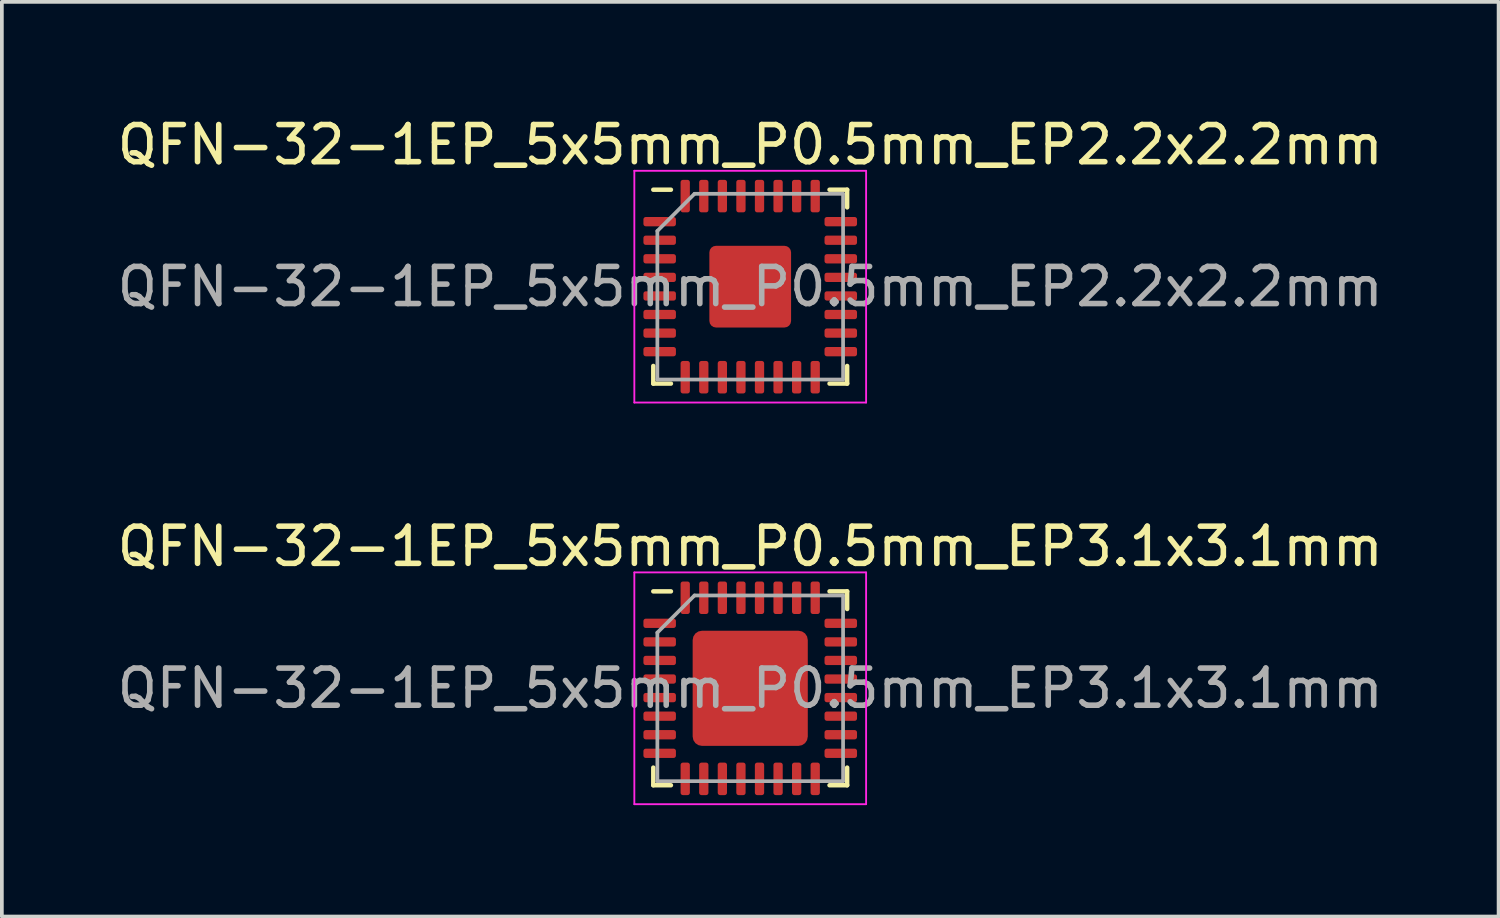
<source format=kicad_pcb>
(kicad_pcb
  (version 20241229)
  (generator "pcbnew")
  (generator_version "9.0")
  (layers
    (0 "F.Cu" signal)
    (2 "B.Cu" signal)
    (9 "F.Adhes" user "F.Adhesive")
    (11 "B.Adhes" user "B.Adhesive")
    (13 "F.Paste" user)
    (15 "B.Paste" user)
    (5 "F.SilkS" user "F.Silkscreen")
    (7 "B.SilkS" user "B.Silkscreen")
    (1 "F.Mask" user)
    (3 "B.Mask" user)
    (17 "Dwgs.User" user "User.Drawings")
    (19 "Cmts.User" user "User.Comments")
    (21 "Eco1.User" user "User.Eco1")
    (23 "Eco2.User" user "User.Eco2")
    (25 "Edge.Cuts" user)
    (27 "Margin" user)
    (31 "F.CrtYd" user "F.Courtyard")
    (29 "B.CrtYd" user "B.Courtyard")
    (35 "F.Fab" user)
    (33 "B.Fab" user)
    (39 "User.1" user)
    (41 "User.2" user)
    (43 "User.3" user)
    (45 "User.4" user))
  (footprint "QFN-32-1EP_5x5mm_P0.5mm_EP3.1x3.1mm"
    (layer "F.Cu")
    (at 17.149 15.482)
    (property "Reference" "QFN-32-1EP_5x5mm_P0.5mm_EP3.1x3.1mm" (at 0 -3.82 0) (layer "F.SilkS") (effects (font (size 1 1) (thickness 0.15))))
    (attr smd)
    (fp_line (start -2.61 2.61) (end -2.61 2.135) (stroke (width 0.12) (type solid)) (layer "F.SilkS"))
    (fp_line (start -2.135 -2.61) (end -2.61 -2.61) (stroke (width 0.12) (type solid)) (layer "F.SilkS"))
    (fp_line (start -2.135 2.61) (end -2.61 2.61) (stroke (width 0.12) (type solid)) (layer "F.SilkS"))
    (fp_line (start 2.135 -2.61) (end 2.61 -2.61) (stroke (width 0.12) (type solid)) (layer "F.SilkS"))
    (fp_line (start 2.135 2.61) (end 2.61 2.61) (stroke (width 0.12) (type solid)) (layer "F.SilkS"))
    (fp_line (start 2.61 -2.61) (end 2.61 -2.135) (stroke (width 0.12) (type solid)) (layer "F.SilkS"))
    (fp_line (start 2.61 2.61) (end 2.61 2.135) (stroke (width 0.12) (type solid)) (layer "F.SilkS"))
    (fp_line (start -3.12 -3.12) (end -3.12 3.12) (stroke (width 0.05) (type solid)) (layer "F.CrtYd"))
    (fp_line (start -3.12 3.12) (end 3.12 3.12) (stroke (width 0.05) (type solid)) (layer "F.CrtYd"))
    (fp_line (start 3.12 -3.12) (end -3.12 -3.12) (stroke (width 0.05) (type solid)) (layer "F.CrtYd"))
    (fp_line (start 3.12 3.12) (end 3.12 -3.12) (stroke (width 0.05) (type solid)) (layer "F.CrtYd"))
    (fp_line (start -2.5 -1.5) (end -1.5 -2.5) (stroke (width 0.1) (type solid)) (layer "F.Fab"))
    (fp_line (start -2.5 2.5) (end -2.5 -1.5) (stroke (width 0.1) (type solid)) (layer "F.Fab"))
    (fp_line (start -1.5 -2.5) (end 2.5 -2.5) (stroke (width 0.1) (type solid)) (layer "F.Fab"))
    (fp_line (start 2.5 -2.5) (end 2.5 2.5) (stroke (width 0.1) (type solid)) (layer "F.Fab"))
    (fp_line (start 2.5 2.5) (end -2.5 2.5) (stroke (width 0.1) (type solid)) (layer "F.Fab"))
    (fp_text user "${REFERENCE}" (at 0 0 0) (layer "F.Fab") (effects (font (size 1 1) (thickness 0.15))))
    (pad "" smd roundrect (at -1.03 -1.03) (size 0.83 0.83) (layers "F.Paste") (roundrect_rratio 0.25))
    (pad "" smd roundrect (at -1.03 0) (size 0.83 0.83) (layers "F.Paste") (roundrect_rratio 0.25))
    (pad "" smd roundrect (at -1.03 1.03) (size 0.83 0.83) (layers "F.Paste") (roundrect_rratio 0.25))
    (pad "" smd roundrect (at 0 -1.03) (size 0.83 0.83) (layers "F.Paste") (roundrect_rratio 0.25))
    (pad "" smd roundrect (at 0 0) (size 0.83 0.83) (layers "F.Paste") (roundrect_rratio 0.25))
    (pad "" smd roundrect (at 0 1.03) (size 0.83 0.83) (layers "F.Paste") (roundrect_rratio 0.25))
    (pad "" smd roundrect (at 1.03 -1.03) (size 0.83 0.83) (layers "F.Paste") (roundrect_rratio 0.25))
    (pad "" smd roundrect (at 1.03 0) (size 0.83 0.83) (layers "F.Paste") (roundrect_rratio 0.25))
    (pad "" smd roundrect (at 1.03 1.03) (size 0.83 0.83) (layers "F.Paste") (roundrect_rratio 0.25))
    (pad "1" smd roundrect (at -2.438 -1.75) (size 0.875 0.25) (layers "F.Cu" "F.Mask" "F.Paste") (roundrect_rratio 0.25))
    (pad "2" smd roundrect (at -2.438 -1.25) (size 0.875 0.25) (layers "F.Cu" "F.Mask" "F.Paste") (roundrect_rratio 0.25))
    (pad "3" smd roundrect (at -2.438 -0.75) (size 0.875 0.25) (layers "F.Cu" "F.Mask" "F.Paste") (roundrect_rratio 0.25))
    (pad "4" smd roundrect (at -2.438 -0.25) (size 0.875 0.25) (layers "F.Cu" "F.Mask" "F.Paste") (roundrect_rratio 0.25))
    (pad "5" smd roundrect (at -2.438 0.25) (size 0.875 0.25) (layers "F.Cu" "F.Mask" "F.Paste") (roundrect_rratio 0.25))
    (pad "6" smd roundrect (at -2.438 0.75) (size 0.875 0.25) (layers "F.Cu" "F.Mask" "F.Paste") (roundrect_rratio 0.25))
    (pad "7" smd roundrect (at -2.438 1.25) (size 0.875 0.25) (layers "F.Cu" "F.Mask" "F.Paste") (roundrect_rratio 0.25))
    (pad "8" smd roundrect (at -2.438 1.75) (size 0.875 0.25) (layers "F.Cu" "F.Mask" "F.Paste") (roundrect_rratio 0.25))
    (pad "9" smd roundrect (at -1.75 2.438) (size 0.25 0.875) (layers "F.Cu" "F.Mask" "F.Paste") (roundrect_rratio 0.25))
    (pad "10" smd roundrect (at -1.25 2.438) (size 0.25 0.875) (layers "F.Cu" "F.Mask" "F.Paste") (roundrect_rratio 0.25))
    (pad "11" smd roundrect (at -0.75 2.438) (size 0.25 0.875) (layers "F.Cu" "F.Mask" "F.Paste") (roundrect_rratio 0.25))
    (pad "12" smd roundrect (at -0.25 2.438) (size 0.25 0.875) (layers "F.Cu" "F.Mask" "F.Paste") (roundrect_rratio 0.25))
    (pad "13" smd roundrect (at 0.25 2.438) (size 0.25 0.875) (layers "F.Cu" "F.Mask" "F.Paste") (roundrect_rratio 0.25))
    (pad "14" smd roundrect (at 0.75 2.438) (size 0.25 0.875) (layers "F.Cu" "F.Mask" "F.Paste") (roundrect_rratio 0.25))
    (pad "15" smd roundrect (at 1.25 2.438) (size 0.25 0.875) (layers "F.Cu" "F.Mask" "F.Paste") (roundrect_rratio 0.25))
    (pad "16" smd roundrect (at 1.75 2.438) (size 0.25 0.875) (layers "F.Cu" "F.Mask" "F.Paste") (roundrect_rratio 0.25))
    (pad "17" smd roundrect (at 2.438 1.75) (size 0.875 0.25) (layers "F.Cu" "F.Mask" "F.Paste") (roundrect_rratio 0.25))
    (pad "18" smd roundrect (at 2.438 1.25) (size 0.875 0.25) (layers "F.Cu" "F.Mask" "F.Paste") (roundrect_rratio 0.25))
    (pad "19" smd roundrect (at 2.438 0.75) (size 0.875 0.25) (layers "F.Cu" "F.Mask" "F.Paste") (roundrect_rratio 0.25))
    (pad "20" smd roundrect (at 2.438 0.25) (size 0.875 0.25) (layers "F.Cu" "F.Mask" "F.Paste") (roundrect_rratio 0.25))
    (pad "21" smd roundrect (at 2.438 -0.25) (size 0.875 0.25) (layers "F.Cu" "F.Mask" "F.Paste") (roundrect_rratio 0.25))
    (pad "22" smd roundrect (at 2.438 -0.75) (size 0.875 0.25) (layers "F.Cu" "F.Mask" "F.Paste") (roundrect_rratio 0.25))
    (pad "23" smd roundrect (at 2.438 -1.25) (size 0.875 0.25) (layers "F.Cu" "F.Mask" "F.Paste") (roundrect_rratio 0.25))
    (pad "24" smd roundrect (at 2.438 -1.75) (size 0.875 0.25) (layers "F.Cu" "F.Mask" "F.Paste") (roundrect_rratio 0.25))
    (pad "25" smd roundrect (at 1.75 -2.438) (size 0.25 0.875) (layers "F.Cu" "F.Mask" "F.Paste") (roundrect_rratio 0.25))
    (pad "26" smd roundrect (at 1.25 -2.438) (size 0.25 0.875) (layers "F.Cu" "F.Mask" "F.Paste") (roundrect_rratio 0.25))
    (pad "27" smd roundrect (at 0.75 -2.438) (size 0.25 0.875) (layers "F.Cu" "F.Mask" "F.Paste") (roundrect_rratio 0.25))
    (pad "28" smd roundrect (at 0.25 -2.438) (size 0.25 0.875) (layers "F.Cu" "F.Mask" "F.Paste") (roundrect_rratio 0.25))
    (pad "29" smd roundrect (at -0.25 -2.438) (size 0.25 0.875) (layers "F.Cu" "F.Mask" "F.Paste") (roundrect_rratio 0.25))
    (pad "30" smd roundrect (at -0.75 -2.438) (size 0.25 0.875) (layers "F.Cu" "F.Mask" "F.Paste") (roundrect_rratio 0.25))
    (pad "31" smd roundrect (at -1.25 -2.438) (size 0.25 0.875) (layers "F.Cu" "F.Mask" "F.Paste") (roundrect_rratio 0.25))
    (pad "32" smd roundrect (at -1.75 -2.438) (size 0.25 0.875) (layers "F.Cu" "F.Mask" "F.Paste") (roundrect_rratio 0.25))
    (pad "33" smd roundrect (at 0 0) (size 3.1 3.1) (layers "F.Cu" "F.Mask") (roundrect_rratio 0.081)))
  (footprint "QFN-32-1EP_5x5mm_P0.5mm_EP2.2x2.2mm"
    (layer "F.Cu")
    (at 17.149 4.668)
    (property "Reference" "QFN-32-1EP_5x5mm_P0.5mm_EP2.2x2.2mm" (at 0 -3.82 0) (layer "F.SilkS") (effects (font (size 1 1) (thickness 0.15))))
    (attr smd)
    (fp_line (start -2.61 2.61) (end -2.61 2.135) (stroke (width 0.12) (type solid)) (layer "F.SilkS"))
    (fp_line (start -2.135 -2.61) (end -2.61 -2.61) (stroke (width 0.12) (type solid)) (layer "F.SilkS"))
    (fp_line (start -2.135 2.61) (end -2.61 2.61) (stroke (width 0.12) (type solid)) (layer "F.SilkS"))
    (fp_line (start 2.135 -2.61) (end 2.61 -2.61) (stroke (width 0.12) (type solid)) (layer "F.SilkS"))
    (fp_line (start 2.135 2.61) (end 2.61 2.61) (stroke (width 0.12) (type solid)) (layer "F.SilkS"))
    (fp_line (start 2.61 -2.61) (end 2.61 -2.135) (stroke (width 0.12) (type solid)) (layer "F.SilkS"))
    (fp_line (start 2.61 2.61) (end 2.61 2.135) (stroke (width 0.12) (type solid)) (layer "F.SilkS"))
    (fp_line (start -3.12 -3.12) (end -3.12 3.12) (stroke (width 0.05) (type solid)) (layer "F.CrtYd"))
    (fp_line (start -3.12 3.12) (end 3.12 3.12) (stroke (width 0.05) (type solid)) (layer "F.CrtYd"))
    (fp_line (start 3.12 -3.12) (end -3.12 -3.12) (stroke (width 0.05) (type solid)) (layer "F.CrtYd"))
    (fp_line (start 3.12 3.12) (end 3.12 -3.12) (stroke (width 0.05) (type solid)) (layer "F.CrtYd"))
    (fp_line (start -2.5 -1.5) (end -1.5 -2.5) (stroke (width 0.1) (type solid)) (layer "F.Fab"))
    (fp_line (start -2.5 2.5) (end -2.5 -1.5) (stroke (width 0.1) (type solid)) (layer "F.Fab"))
    (fp_line (start -1.5 -2.5) (end 2.5 -2.5) (stroke (width 0.1) (type solid)) (layer "F.Fab"))
    (fp_line (start 2.5 -2.5) (end 2.5 2.5) (stroke (width 0.1) (type solid)) (layer "F.Fab"))
    (fp_line (start 2.5 2.5) (end -2.5 2.5) (stroke (width 0.1) (type solid)) (layer "F.Fab"))
    (fp_text user "${REFERENCE}" (at 0 0 0) (layer "F.Fab") (effects (font (size 1 1) (thickness 0.15))))
    (pad "" smd roundrect (at -0.61 0.622) (size 0.83 0.83) (layers "F.Paste") (roundrect_rratio 0.25))
    (pad "" smd roundrect (at -0.546 -0.572) (size 0.83 0.83) (layers "F.Paste") (roundrect_rratio 0.25))
    (pad "" smd roundrect (at 0.508 -0.597) (size 0.83 0.83) (layers "F.Paste") (roundrect_rratio 0.25))
    (pad "" smd roundrect (at 0.61 0.61) (size 0.83 0.83) (layers "F.Paste") (roundrect_rratio 0.25))
    (pad "1" smd roundrect (at -2.438 -1.75) (size 0.875 0.25) (layers "F.Cu" "F.Mask" "F.Paste") (roundrect_rratio 0.25))
    (pad "2" smd roundrect (at -2.438 -1.25) (size 0.875 0.25) (layers "F.Cu" "F.Mask" "F.Paste") (roundrect_rratio 0.25))
    (pad "3" smd roundrect (at -2.438 -0.75) (size 0.875 0.25) (layers "F.Cu" "F.Mask" "F.Paste") (roundrect_rratio 0.25))
    (pad "4" smd roundrect (at -2.438 -0.25) (size 0.875 0.25) (layers "F.Cu" "F.Mask" "F.Paste") (roundrect_rratio 0.25))
    (pad "5" smd roundrect (at -2.438 0.25) (size 0.875 0.25) (layers "F.Cu" "F.Mask" "F.Paste") (roundrect_rratio 0.25))
    (pad "6" smd roundrect (at -2.438 0.75) (size 0.875 0.25) (layers "F.Cu" "F.Mask" "F.Paste") (roundrect_rratio 0.25))
    (pad "7" smd roundrect (at -2.438 1.25) (size 0.875 0.25) (layers "F.Cu" "F.Mask" "F.Paste") (roundrect_rratio 0.25))
    (pad "8" smd roundrect (at -2.438 1.75) (size 0.875 0.25) (layers "F.Cu" "F.Mask" "F.Paste") (roundrect_rratio 0.25))
    (pad "9" smd roundrect (at -1.75 2.438) (size 0.25 0.875) (layers "F.Cu" "F.Mask" "F.Paste") (roundrect_rratio 0.25))
    (pad "10" smd roundrect (at -1.25 2.438) (size 0.25 0.875) (layers "F.Cu" "F.Mask" "F.Paste") (roundrect_rratio 0.25))
    (pad "11" smd roundrect (at -0.75 2.438) (size 0.25 0.875) (layers "F.Cu" "F.Mask" "F.Paste") (roundrect_rratio 0.25))
    (pad "12" smd roundrect (at -0.25 2.438) (size 0.25 0.875) (layers "F.Cu" "F.Mask" "F.Paste") (roundrect_rratio 0.25))
    (pad "13" smd roundrect (at 0.25 2.438) (size 0.25 0.875) (layers "F.Cu" "F.Mask" "F.Paste") (roundrect_rratio 0.25))
    (pad "14" smd roundrect (at 0.75 2.438) (size 0.25 0.875) (layers "F.Cu" "F.Mask" "F.Paste") (roundrect_rratio 0.25))
    (pad "15" smd roundrect (at 1.25 2.438) (size 0.25 0.875) (layers "F.Cu" "F.Mask" "F.Paste") (roundrect_rratio 0.25))
    (pad "16" smd roundrect (at 1.75 2.438) (size 0.25 0.875) (layers "F.Cu" "F.Mask" "F.Paste") (roundrect_rratio 0.25))
    (pad "17" smd roundrect (at 2.438 1.75) (size 0.875 0.25) (layers "F.Cu" "F.Mask" "F.Paste") (roundrect_rratio 0.25))
    (pad "18" smd roundrect (at 2.438 1.25) (size 0.875 0.25) (layers "F.Cu" "F.Mask" "F.Paste") (roundrect_rratio 0.25))
    (pad "19" smd roundrect (at 2.438 0.75) (size 0.875 0.25) (layers "F.Cu" "F.Mask" "F.Paste") (roundrect_rratio 0.25))
    (pad "20" smd roundrect (at 2.438 0.25) (size 0.875 0.25) (layers "F.Cu" "F.Mask" "F.Paste") (roundrect_rratio 0.25))
    (pad "21" smd roundrect (at 2.438 -0.25) (size 0.875 0.25) (layers "F.Cu" "F.Mask" "F.Paste") (roundrect_rratio 0.25))
    (pad "22" smd roundrect (at 2.438 -0.75) (size 0.875 0.25) (layers "F.Cu" "F.Mask" "F.Paste") (roundrect_rratio 0.25))
    (pad "23" smd roundrect (at 2.438 -1.25) (size 0.875 0.25) (layers "F.Cu" "F.Mask" "F.Paste") (roundrect_rratio 0.25))
    (pad "24" smd roundrect (at 2.438 -1.75) (size 0.875 0.25) (layers "F.Cu" "F.Mask" "F.Paste") (roundrect_rratio 0.25))
    (pad "25" smd roundrect (at 1.75 -2.438) (size 0.25 0.875) (layers "F.Cu" "F.Mask" "F.Paste") (roundrect_rratio 0.25))
    (pad "26" smd roundrect (at 1.25 -2.438) (size 0.25 0.875) (layers "F.Cu" "F.Mask" "F.Paste") (roundrect_rratio 0.25))
    (pad "27" smd roundrect (at 0.75 -2.438) (size 0.25 0.875) (layers "F.Cu" "F.Mask" "F.Paste") (roundrect_rratio 0.25))
    (pad "28" smd roundrect (at 0.25 -2.438) (size 0.25 0.875) (layers "F.Cu" "F.Mask" "F.Paste") (roundrect_rratio 0.25))
    (pad "29" smd roundrect (at -0.25 -2.438) (size 0.25 0.875) (layers "F.Cu" "F.Mask" "F.Paste") (roundrect_rratio 0.25))
    (pad "30" smd roundrect (at -0.75 -2.438) (size 0.25 0.875) (layers "F.Cu" "F.Mask" "F.Paste") (roundrect_rratio 0.25))
    (pad "31" smd roundrect (at -1.25 -2.438) (size 0.25 0.875) (layers "F.Cu" "F.Mask" "F.Paste") (roundrect_rratio 0.25))
    (pad "32" smd roundrect (at -1.75 -2.438) (size 0.25 0.875) (layers "F.Cu" "F.Mask" "F.Paste") (roundrect_rratio 0.25))
    (pad "33" smd roundrect (at 0 0) (size 2.2 2.2) (layers "F.Cu" "F.Mask") (roundrect_rratio 0.081)))
  (gr_rect
    (start -3 -3)
    (end 37.298 21.627)
    (stroke (width 0.1) (type default))
    (fill no)
    (layer "Edge.Cuts")))
</source>
